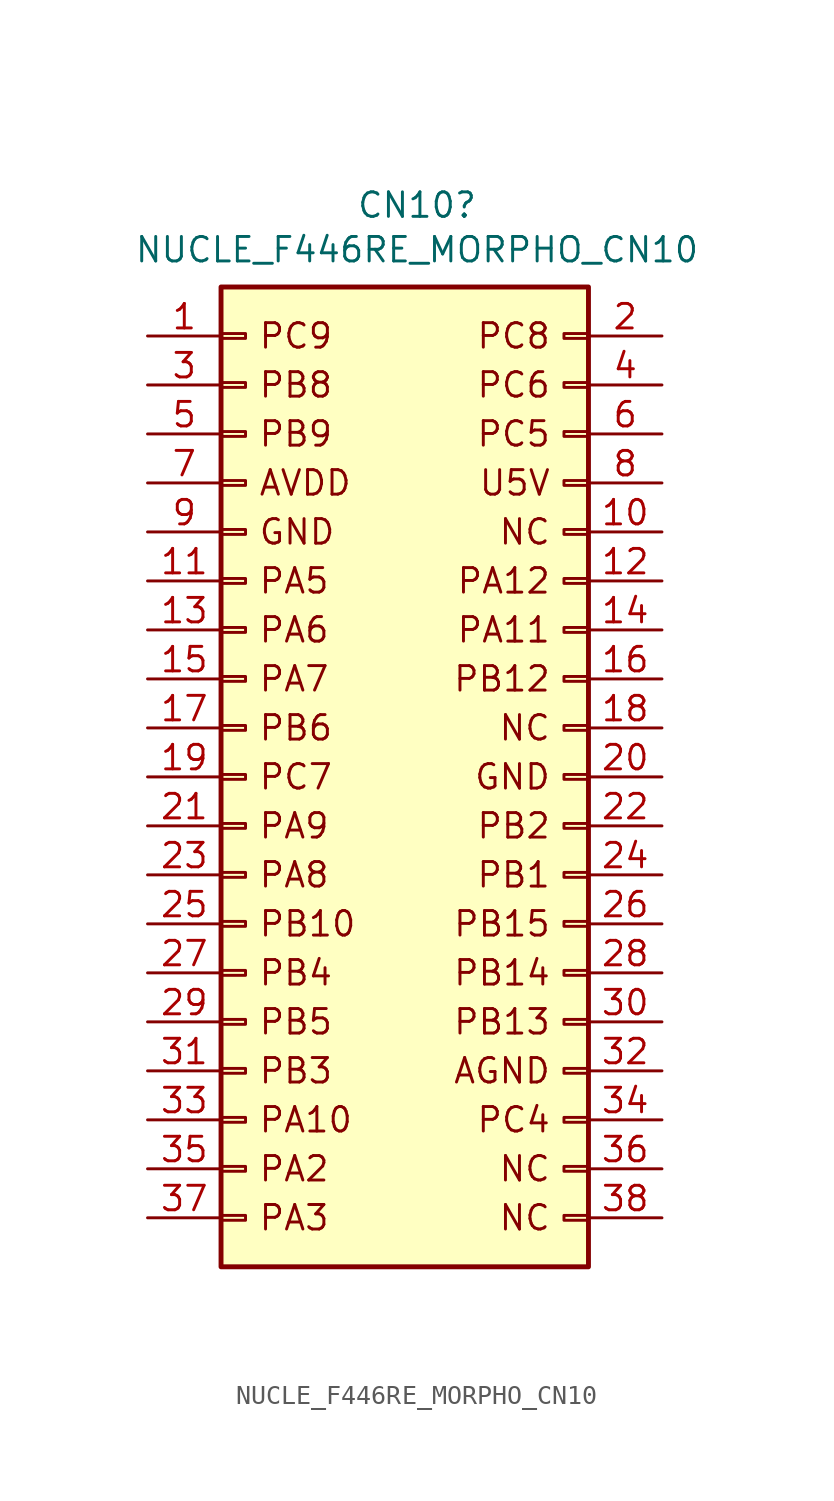
<source format=kicad_sym>
(kicad_symbol_lib
  (version 20211014)
  (generator kicad_symbol_editor)
  (symbol "NUCLE_F446RE_MORPHO_CN10"
    (pin_names
      (offset 1.016) hide)
    (property "Reference" "CN10"
      (at 0 29.642 0)
      (effects (font (size 1.27 1.27))))
    (property "Value" "NUCLE_F446RE_MORPHO_CN10"
      (at 0 27.33 0)
      (effects (font (size 1.27 1.27))))
    (symbol "NUCLE_F446RE_MORPHO_CN10_0_0"
      (text "AGND" (at 6.985 -15.24 0) (effects (font (size 1.27 1.27)) (justify right)))
      (text "AVDD" (at -8.255 15.24 0) (effects (font (size 1.27 1.27)) (justify left)))
      (text "GND" (at -8.255 12.7 0) (effects (font (size 1.27 1.27)) (justify left)))
      (text "GND" (at 6.985 0 0) (effects (font (size 1.27 1.27)) (justify right)))
      (text "NC" (at 6.985 -22.86 0) (effects (font (size 1.27 1.27)) (justify right)))
      (text "NC" (at 6.985 -20.32 0) (effects (font (size 1.27 1.27)) (justify right)))
      (text "NC" (at 6.985 2.54 0) (effects (font (size 1.27 1.27)) (justify right)))
      (text "NC" (at 6.985 12.7 0) (effects (font (size 1.27 1.27)) (justify right)))
      (text "PA10" (at -8.255 -17.78 0) (effects (font (size 1.27 1.27)) (justify left)))
      (text "PA11" (at 6.985 7.62 0) (effects (font (size 1.27 1.27)) (justify right)))
      (text "PA12" (at 6.985 10.16 0) (effects (font (size 1.27 1.27)) (justify right)))
      (text "PA2" (at -8.255 -20.32 0) (effects (font (size 1.27 1.27)) (justify left)))
      (text "PA3" (at -8.255 -22.86 0) (effects (font (size 1.27 1.27)) (justify left)))
      (text "PA5" (at -8.255 10.16 0) (effects (font (size 1.27 1.27)) (justify left)))
      (text "PA6" (at -8.255 7.62 0) (effects (font (size 1.27 1.27)) (justify left)))
      (text "PA7" (at -8.255 5.08 0) (effects (font (size 1.27 1.27)) (justify left)))
      (text "PA8" (at -8.255 -5.08 0) (effects (font (size 1.27 1.27)) (justify left)))
      (text "PA9" (at -8.255 -2.54 0) (effects (font (size 1.27 1.27)) (justify left)))
      (text "PB1" (at 6.985 -5.08 0) (effects (font (size 1.27 1.27)) (justify right)))
      (text "PB10" (at -8.255 -7.62 0) (effects (font (size 1.27 1.27)) (justify left)))
      (text "PB12" (at 6.985 5.08 0) (effects (font (size 1.27 1.27)) (justify right)))
      (text "PB13" (at 6.985 -12.7 0) (effects (font (size 1.27 1.27)) (justify right)))
      (text "PB14" (at 6.985 -10.16 0) (effects (font (size 1.27 1.27)) (justify right)))
      (text "PB15" (at 6.985 -7.62 0) (effects (font (size 1.27 1.27)) (justify right)))
      (text "PB2" (at 6.985 -2.54 0) (effects (font (size 1.27 1.27)) (justify right)))
      (text "PB3" (at -8.255 -15.24 0) (effects (font (size 1.27 1.27)) (justify left)))
      (text "PB4" (at -8.255 -10.16 0) (effects (font (size 1.27 1.27)) (justify left)))
      (text "PB5" (at -8.255 -12.7 0) (effects (font (size 1.27 1.27)) (justify left)))
      (text "PB6" (at -8.255 2.54 0) (effects (font (size 1.27 1.27)) (justify left)))
      (text "PB8" (at -8.255 20.32 0) (effects (font (size 1.27 1.27)) (justify left)))
      (text "PB9" (at -8.255 17.78 0) (effects (font (size 1.27 1.27)) (justify left)))
      (text "PC4" (at 6.985 -17.78 0) (effects (font (size 1.27 1.27)) (justify right)))
      (text "PC5" (at 6.985 17.78 0) (effects (font (size 1.27 1.27)) (justify right)))
      (text "PC6" (at 6.985 20.32 0) (effects (font (size 1.27 1.27)) (justify right)))
      (text "PC7" (at -8.255 0 0) (effects (font (size 1.27 1.27)) (justify left)))
      (text "PC8" (at 6.985 22.86 0) (effects (font (size 1.27 1.27)) (justify right)))
      (text "PC9" (at -8.255 22.86 0) (effects (font (size 1.27 1.27)) (justify left)))
      (text "U5V" (at 6.985 15.24 0) (effects (font (size 1.27 1.27)) (justify right))))
    (symbol "NUCLE_F446RE_MORPHO_CN10_1_1"
      (rectangle (start -10.16 -22.733) (end -8.89 -22.987) (stroke (width 0.152) (type default) (color 0 0 0 0)) (fill (type none)))
      (rectangle (start -10.16 -20.193) (end -8.89 -20.447) (stroke (width 0.152) (type default) (color 0 0 0 0)) (fill (type none)))
      (rectangle (start -10.16 -17.653) (end -8.89 -17.907) (stroke (width 0.152) (type default) (color 0 0 0 0)) (fill (type none)))
      (rectangle (start -10.16 -15.113) (end -8.89 -15.367) (stroke (width 0.152) (type default) (color 0 0 0 0)) (fill (type none)))
      (rectangle (start -10.16 -12.573) (end -8.89 -12.827) (stroke (width 0.152) (type default) (color 0 0 0 0)) (fill (type none)))
      (rectangle (start -10.16 -10.033) (end -8.89 -10.287) (stroke (width 0.152) (type default) (color 0 0 0 0)) (fill (type none)))
      (rectangle (start -10.16 -7.493) (end -8.89 -7.747) (stroke (width 0.152) (type default) (color 0 0 0 0)) (fill (type none)))
      (rectangle (start -10.16 -4.953) (end -8.89 -5.207) (stroke (width 0.152) (type default) (color 0 0 0 0)) (fill (type none)))
      (rectangle (start -10.16 -2.413) (end -8.89 -2.667) (stroke (width 0.152) (type default) (color 0 0 0 0)) (fill (type none)))
      (rectangle (start -10.16 0.127) (end -8.89 -0.127) (stroke (width 0.152) (type default) (color 0 0 0 0)) (fill (type none)))
      (rectangle (start -10.16 2.667) (end -8.89 2.413) (stroke (width 0.152) (type default) (color 0 0 0 0)) (fill (type none)))
      (rectangle (start -10.16 5.207) (end -8.89 4.953) (stroke (width 0.152) (type default) (color 0 0 0 0)) (fill (type none)))
      (rectangle (start -10.16 7.747) (end -8.89 7.493) (stroke (width 0.152) (type default) (color 0 0 0 0)) (fill (type none)))
      (rectangle (start -10.16 10.287) (end -8.89 10.033) (stroke (width 0.152) (type default) (color 0 0 0 0)) (fill (type none)))
      (rectangle (start -10.16 12.827) (end -8.89 12.573) (stroke (width 0.152) (type default) (color 0 0 0 0)) (fill (type none)))
      (rectangle (start -10.16 15.367) (end -8.89 15.113) (stroke (width 0.152) (type default) (color 0 0 0 0)) (fill (type none)))
      (rectangle (start -10.16 17.907) (end -8.89 17.653) (stroke (width 0.152) (type default) (color 0 0 0 0)) (fill (type none)))
      (rectangle (start -10.16 20.447) (end -8.89 20.193) (stroke (width 0.152) (type default) (color 0 0 0 0)) (fill (type none)))
      (rectangle (start -10.16 22.987) (end -8.89 22.733) (stroke (width 0.152) (type default) (color 0 0 0 0)) (fill (type none)))
      (rectangle (start -10.16 25.4) (end 8.89 -25.4) (stroke (width 0.254) (type default) (color 0 0 0 0)) (fill (type background)))
      (rectangle (start 8.89 -22.733) (end 7.62 -22.987) (stroke (width 0.152) (type default) (color 0 0 0 0)) (fill (type none)))
      (rectangle (start 8.89 -20.193) (end 7.62 -20.447) (stroke (width 0.152) (type default) (color 0 0 0 0)) (fill (type none)))
      (rectangle (start 8.89 -17.653) (end 7.62 -17.907) (stroke (width 0.152) (type default) (color 0 0 0 0)) (fill (type none)))
      (rectangle (start 8.89 -15.113) (end 7.62 -15.367) (stroke (width 0.152) (type default) (color 0 0 0 0)) (fill (type none)))
      (rectangle (start 8.89 -12.573) (end 7.62 -12.827) (stroke (width 0.152) (type default) (color 0 0 0 0)) (fill (type none)))
      (rectangle (start 8.89 -10.033) (end 7.62 -10.287) (stroke (width 0.152) (type default) (color 0 0 0 0)) (fill (type none)))
      (rectangle (start 8.89 -7.493) (end 7.62 -7.747) (stroke (width 0.152) (type default) (color 0 0 0 0)) (fill (type none)))
      (rectangle (start 8.89 -4.953) (end 7.62 -5.207) (stroke (width 0.152) (type default) (color 0 0 0 0)) (fill (type none)))
      (rectangle (start 8.89 -2.413) (end 7.62 -2.667) (stroke (width 0.152) (type default) (color 0 0 0 0)) (fill (type none)))
      (rectangle (start 8.89 0.127) (end 7.62 -0.127) (stroke (width 0.152) (type default) (color 0 0 0 0)) (fill (type none)))
      (rectangle (start 8.89 2.667) (end 7.62 2.413) (stroke (width 0.152) (type default) (color 0 0 0 0)) (fill (type none)))
      (rectangle (start 8.89 5.207) (end 7.62 4.953) (stroke (width 0.152) (type default) (color 0 0 0 0)) (fill (type none)))
      (rectangle (start 8.89 7.747) (end 7.62 7.493) (stroke (width 0.152) (type default) (color 0 0 0 0)) (fill (type none)))
      (rectangle (start 8.89 10.287) (end 7.62 10.033) (stroke (width 0.152) (type default) (color 0 0 0 0)) (fill (type none)))
      (rectangle (start 8.89 12.827) (end 7.62 12.573) (stroke (width 0.152) (type default) (color 0 0 0 0)) (fill (type none)))
      (rectangle (start 8.89 15.367) (end 7.62 15.113) (stroke (width 0.152) (type default) (color 0 0 0 0)) (fill (type none)))
      (rectangle (start 8.89 17.907) (end 7.62 17.653) (stroke (width 0.152) (type default) (color 0 0 0 0)) (fill (type none)))
      (rectangle (start 8.89 20.447) (end 7.62 20.193) (stroke (width 0.152) (type default) (color 0 0 0 0)) (fill (type none)))
      (rectangle (start 8.89 22.987) (end 7.62 22.733) (stroke (width 0.152) (type default) (color 0 0 0 0)) (fill (type none)))
      (pin passive line (at -13.97 22.86 0) (length 3.81) (name "Pin_1" (effects (font (size 1.27 1.27)))) (number "1" (effects (font (size 1.27 1.27)))))
      (pin passive line (at 12.7 12.7 180) (length 3.81) (name "Pin_10" (effects (font (size 1.27 1.27)))) (number "10" (effects (font (size 1.27 1.27)))))
      (pin passive line (at -13.97 10.16 0) (length 3.81) (name "Pin_11" (effects (font (size 1.27 1.27)))) (number "11" (effects (font (size 1.27 1.27)))))
      (pin passive line (at 12.7 10.16 180) (length 3.81) (name "Pin_12" (effects (font (size 1.27 1.27)))) (number "12" (effects (font (size 1.27 1.27)))))
      (pin passive line (at -13.97 7.62 0) (length 3.81) (name "Pin_13" (effects (font (size 1.27 1.27)))) (number "13" (effects (font (size 1.27 1.27)))))
      (pin passive line (at 12.7 7.62 180) (length 3.81) (name "Pin_14" (effects (font (size 1.27 1.27)))) (number "14" (effects (font (size 1.27 1.27)))))
      (pin passive line (at -13.97 5.08 0) (length 3.81) (name "Pin_15" (effects (font (size 1.27 1.27)))) (number "15" (effects (font (size 1.27 1.27)))))
      (pin passive line (at 12.7 5.08 180) (length 3.81) (name "Pin_16" (effects (font (size 1.27 1.27)))) (number "16" (effects (font (size 1.27 1.27)))))
      (pin passive line (at -13.97 2.54 0) (length 3.81) (name "Pin_17" (effects (font (size 1.27 1.27)))) (number "17" (effects (font (size 1.27 1.27)))))
      (pin passive line (at 12.7 2.54 180) (length 3.81) (name "Pin_18" (effects (font (size 1.27 1.27)))) (number "18" (effects (font (size 1.27 1.27)))))
      (pin passive line (at -13.97 0 0) (length 3.81) (name "Pin_19" (effects (font (size 1.27 1.27)))) (number "19" (effects (font (size 1.27 1.27)))))
      (pin passive line (at 12.7 22.86 180) (length 3.81) (name "Pin_2" (effects (font (size 1.27 1.27)))) (number "2" (effects (font (size 1.27 1.27)))))
      (pin passive line (at 12.7 0 180) (length 3.81) (name "Pin_20" (effects (font (size 1.27 1.27)))) (number "20" (effects (font (size 1.27 1.27)))))
      (pin passive line (at -13.97 -2.54 0) (length 3.81) (name "Pin_21" (effects (font (size 1.27 1.27)))) (number "21" (effects (font (size 1.27 1.27)))))
      (pin passive line (at 12.7 -2.54 180) (length 3.81) (name "Pin_22" (effects (font (size 1.27 1.27)))) (number "22" (effects (font (size 1.27 1.27)))))
      (pin passive line (at -13.97 -5.08 0) (length 3.81) (name "Pin_23" (effects (font (size 1.27 1.27)))) (number "23" (effects (font (size 1.27 1.27)))))
      (pin passive line (at 12.7 -5.08 180) (length 3.81) (name "Pin_24" (effects (font (size 1.27 1.27)))) (number "24" (effects (font (size 1.27 1.27)))))
      (pin passive line (at -13.97 -7.62 0) (length 3.81) (name "Pin_25" (effects (font (size 1.27 1.27)))) (number "25" (effects (font (size 1.27 1.27)))))
      (pin passive line (at 12.7 -7.62 180) (length 3.81) (name "Pin_26" (effects (font (size 1.27 1.27)))) (number "26" (effects (font (size 1.27 1.27)))))
      (pin passive line (at -13.97 -10.16 0) (length 3.81) (name "Pin_27" (effects (font (size 1.27 1.27)))) (number "27" (effects (font (size 1.27 1.27)))))
      (pin passive line (at 12.7 -10.16 180) (length 3.81) (name "Pin_28" (effects (font (size 1.27 1.27)))) (number "28" (effects (font (size 1.27 1.27)))))
      (pin passive line (at -13.97 -12.7 0) (length 3.81) (name "Pin_29" (effects (font (size 1.27 1.27)))) (number "29" (effects (font (size 1.27 1.27)))))
      (pin passive line (at -13.97 20.32 0) (length 3.81) (name "Pin_3" (effects (font (size 1.27 1.27)))) (number "3" (effects (font (size 1.27 1.27)))))
      (pin passive line (at 12.7 -12.7 180) (length 3.81) (name "Pin_30" (effects (font (size 1.27 1.27)))) (number "30" (effects (font (size 1.27 1.27)))))
      (pin passive line (at -13.97 -15.24 0) (length 3.81) (name "Pin_31" (effects (font (size 1.27 1.27)))) (number "31" (effects (font (size 1.27 1.27)))))
      (pin passive line (at 12.7 -15.24 180) (length 3.81) (name "Pin_32" (effects (font (size 1.27 1.27)))) (number "32" (effects (font (size 1.27 1.27)))))
      (pin passive line (at -13.97 -17.78 0) (length 3.81) (name "Pin_33" (effects (font (size 1.27 1.27)))) (number "33" (effects (font (size 1.27 1.27)))))
      (pin passive line (at 12.7 -17.78 180) (length 3.81) (name "Pin_34" (effects (font (size 1.27 1.27)))) (number "34" (effects (font (size 1.27 1.27)))))
      (pin passive line (at -13.97 -20.32 0) (length 3.81) (name "Pin_35" (effects (font (size 1.27 1.27)))) (number "35" (effects (font (size 1.27 1.27)))))
      (pin passive line (at 12.7 -20.32 180) (length 3.81) (name "Pin_36" (effects (font (size 1.27 1.27)))) (number "36" (effects (font (size 1.27 1.27)))))
      (pin passive line (at -13.97 -22.86 0) (length 3.81) (name "Pin_37" (effects (font (size 1.27 1.27)))) (number "37" (effects (font (size 1.27 1.27)))))
      (pin passive line (at 12.7 -22.86 180) (length 3.81) (name "Pin_38" (effects (font (size 1.27 1.27)))) (number "38" (effects (font (size 1.27 1.27)))))
      (pin passive line (at 12.7 20.32 180) (length 3.81) (name "Pin_4" (effects (font (size 1.27 1.27)))) (number "4" (effects (font (size 1.27 1.27)))))
      (pin passive line (at -13.97 17.78 0) (length 3.81) (name "Pin_5" (effects (font (size 1.27 1.27)))) (number "5" (effects (font (size 1.27 1.27)))))
      (pin passive line (at 12.7 17.78 180) (length 3.81) (name "Pin_6" (effects (font (size 1.27 1.27)))) (number "6" (effects (font (size 1.27 1.27)))))
      (pin passive line (at -13.97 15.24 0) (length 3.81) (name "Pin_7" (effects (font (size 1.27 1.27)))) (number "7" (effects (font (size 1.27 1.27)))))
      (pin passive line (at 12.7 15.24 180) (length 3.81) (name "Pin_8" (effects (font (size 1.27 1.27)))) (number "8" (effects (font (size 1.27 1.27)))))
      (pin passive line (at -13.97 12.7 0) (length 3.81) (name "Pin_9" (effects (font (size 1.27 1.27)))) (number "9" (effects (font (size 1.27 1.27))))))))
</source>
